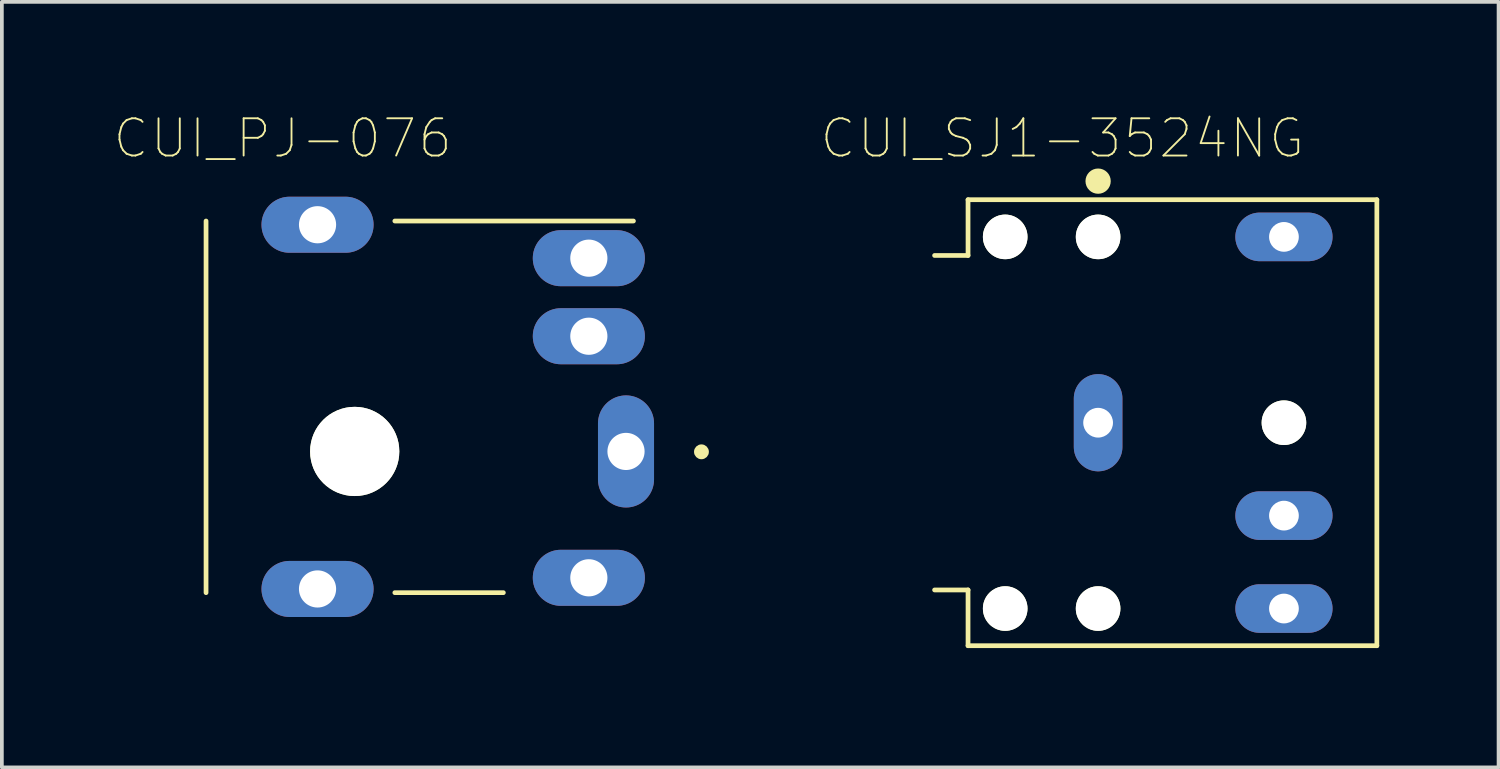
<source format=kicad_pcb>
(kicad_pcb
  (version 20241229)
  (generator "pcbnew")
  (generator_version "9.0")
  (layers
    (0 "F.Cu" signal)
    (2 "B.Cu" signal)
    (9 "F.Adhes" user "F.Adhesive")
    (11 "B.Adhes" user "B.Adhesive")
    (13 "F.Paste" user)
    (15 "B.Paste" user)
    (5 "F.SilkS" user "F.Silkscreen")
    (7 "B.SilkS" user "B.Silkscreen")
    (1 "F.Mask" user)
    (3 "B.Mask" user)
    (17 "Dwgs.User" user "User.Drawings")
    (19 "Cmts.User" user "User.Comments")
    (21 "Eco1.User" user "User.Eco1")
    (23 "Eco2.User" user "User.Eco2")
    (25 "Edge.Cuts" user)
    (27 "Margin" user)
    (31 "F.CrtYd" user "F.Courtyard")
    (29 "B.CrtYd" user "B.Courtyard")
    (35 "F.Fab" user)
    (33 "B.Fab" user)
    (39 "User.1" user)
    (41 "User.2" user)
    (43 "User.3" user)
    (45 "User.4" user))
  (footprint "CUI_SJ1-3524NG"
    (layer "F.Cu")
    (at 26.497 8.324)
    (property "Reference" "CUI_SJ1-3524NG" (at -0.962 -7.65 0) (layer "F.SilkS") (effects (font (size 1.002 1.002) (thickness 0.05))))
    (attr through_hole)
    (fp_line (start -4.4 4.5) (end -3.5 4.5) (stroke (width 0.127) (type solid)) (layer "F.SilkS"))
    (fp_line (start -3.5 -6) (end -3.5 -4.5) (stroke (width 0.127) (type solid)) (layer "F.SilkS"))
    (fp_line (start -3.5 -4.5) (end -4.4 -4.5) (stroke (width 0.127) (type solid)) (layer "F.SilkS"))
    (fp_line (start -3.5 4.5) (end -3.5 6) (stroke (width 0.127) (type solid)) (layer "F.SilkS"))
    (fp_line (start 7.5 -6) (end -3.5 -6) (stroke (width 0.127) (type solid)) (layer "F.SilkS"))
    (fp_line (start 7.5 -6) (end 7.5 6) (stroke (width 0.127) (type solid)) (layer "F.SilkS"))
    (fp_line (start 7.5 6) (end -3.5 6) (stroke (width 0.127) (type solid)) (layer "F.SilkS"))
    (fp_circle (center 0 -6.5) (end 0.17 -6.5) (stroke (width 0.34) (type solid)) (fill no) (layer "F.SilkS"))
    (fp_line (start -4.75 -6.25) (end 7.75 -6.25) (stroke (width 0.05) (type solid)) (layer "Eco1.User"))
    (fp_line (start -4.75 6.25) (end -4.75 -6.25) (stroke (width 0.05) (type solid)) (layer "Eco1.User"))
    (fp_line (start 7.75 -6.25) (end 7.75 6.25) (stroke (width 0.05) (type solid)) (layer "Eco1.User"))
    (fp_line (start 7.75 6.25) (end -4.75 6.25) (stroke (width 0.05) (type solid)) (layer "Eco1.User"))
    (fp_line (start -4.5 -4.5) (end -4.5 -2) (stroke (width 0.127) (type solid)) (layer "Eco2.User"))
    (fp_line (start -4.5 -2) (end -3.3 -2) (stroke (width 0.127) (type solid)) (layer "Eco2.User"))
    (fp_line (start -4.5 2) (end -4.5 4.5) (stroke (width 0.127) (type solid)) (layer "Eco2.User"))
    (fp_line (start -4.5 4.5) (end -3.5 4.5) (stroke (width 0.127) (type solid)) (layer "Eco2.User"))
    (fp_line (start -3.5 -6) (end -3.5 -4.5) (stroke (width 0.127) (type solid)) (layer "Eco2.User"))
    (fp_line (start -3.5 -4.5) (end -4.5 -4.5) (stroke (width 0.127) (type solid)) (layer "Eco2.User"))
    (fp_line (start -3.5 4.5) (end -3.5 6) (stroke (width 0.127) (type solid)) (layer "Eco2.User"))
    (fp_line (start -3.3 -2) (end -3.3 2) (stroke (width 0.127) (type solid)) (layer "Eco2.User"))
    (fp_line (start -3.3 2) (end -4.5 2) (stroke (width 0.127) (type solid)) (layer "Eco2.User"))
    (fp_line (start 7.5 -6) (end -3.5 -6) (stroke (width 0.127) (type solid)) (layer "Eco2.User"))
    (fp_line (start 7.5 -6) (end 7.5 6) (stroke (width 0.127) (type solid)) (layer "Eco2.User"))
    (fp_line (start 7.5 6) (end -3.5 6) (stroke (width 0.127) (type solid)) (layer "Eco2.User"))
    (pad "" np_thru_hole circle (at -2.5 -5) (size 1.2 1.2) (drill 1.2) (layers "*.Cu" "*.Mask" "F.SilkS"))
    (pad "" np_thru_hole circle (at -2.5 5) (size 1.2 1.2) (drill 1.2) (layers "*.Cu" "*.Mask" "F.SilkS"))
    (pad "" np_thru_hole circle (at 0 -5) (size 1.2 1.2) (drill 1.2) (layers "*.Cu" "*.Mask" "F.SilkS"))
    (pad "" np_thru_hole circle (at 0 5) (size 1.2 1.2) (drill 1.2) (layers "*.Cu" "*.Mask" "F.SilkS"))
    (pad "" np_thru_hole circle (at 5 0) (size 1.2 1.2) (drill 1.2) (layers "*.Cu" "*.Mask" "F.SilkS"))
    (pad "1" thru_hole oval (at 0 0 90) (size 2.616 1.308) (drill 0.8) (layers "*.Cu" "*.Mask"))
    (pad "2" thru_hole oval (at 5 5 180) (size 2.616 1.308) (drill 0.8) (layers "*.Cu" "*.Mask"))
    (pad "3" thru_hole oval (at 5 -5 180) (size 2.616 1.308) (drill 0.8) (layers "*.Cu" "*.Mask"))
    (pad "4" thru_hole oval (at 5 2.5 180) (size 2.616 1.308) (drill 0.8) (layers "*.Cu" "*.Mask")))
  (footprint "CUI_PJ-076"
    (layer "F.Cu")
    (at 8.244 7.897)
    (property "Reference" "CUI_PJ-076" (at -3.689 -7.223 0) (layer "F.SilkS") (effects (font (size 1.002 1.002) (thickness 0.05))))
    (attr through_hole)
    (fp_line (start -5.75 -5) (end -5.75 5) (stroke (width 0.127) (type solid)) (layer "F.SilkS"))
    (fp_line (start -0.67 5) (end 2.25 5) (stroke (width 0.127) (type solid)) (layer "F.SilkS"))
    (fp_line (start 5.75 -5) (end -0.67 -5) (stroke (width 0.127) (type solid)) (layer "F.SilkS"))
    (fp_circle (center 7.58 1.21) (end 7.68 1.21) (stroke (width 0.2) (type solid)) (fill no) (layer "F.SilkS"))
    (fp_line (start -6 -5.15) (end -6 5.25) (stroke (width 0.05) (type solid)) (layer "Eco1.User"))
    (fp_line (start -6 5.25) (end -4.61 5.25) (stroke (width 0.05) (type solid)) (layer "Eco1.User"))
    (fp_line (start -4.61 -5.9) (end -4.61 -5.15) (stroke (width 0.05) (type solid)) (layer "Eco1.User"))
    (fp_line (start -4.61 -5.15) (end -6 -5.15) (stroke (width 0.05) (type solid)) (layer "Eco1.User"))
    (fp_line (start -4.61 5.25) (end -4.61 5.9) (stroke (width 0.05) (type solid)) (layer "Eco1.User"))
    (fp_line (start -4.61 5.9) (end -0.8 5.9) (stroke (width 0.05) (type solid)) (layer "Eco1.User"))
    (fp_line (start -0.8 -5.9) (end -4.61 -5.9) (stroke (width 0.05) (type solid)) (layer "Eco1.User"))
    (fp_line (start -0.8 -5.15) (end -0.8 -5.9) (stroke (width 0.05) (type solid)) (layer "Eco1.User"))
    (fp_line (start -0.8 5.25) (end 3.01 5.25) (stroke (width 0.05) (type solid)) (layer "Eco1.User"))
    (fp_line (start -0.8 5.9) (end -0.8 5.25) (stroke (width 0.05) (type solid)) (layer "Eco1.User"))
    (fp_line (start 3.01 5.25) (end 3.01 5.7) (stroke (width 0.05) (type solid)) (layer "Eco1.User"))
    (fp_line (start 3.01 5.7) (end 6.65 5.7) (stroke (width 0.05) (type solid)) (layer "Eco1.User"))
    (fp_line (start 6.65 -5.15) (end -0.8 -5.15) (stroke (width 0.05) (type solid)) (layer "Eco1.User"))
    (fp_line (start 6.65 5.7) (end 6.65 -5.15) (stroke (width 0.05) (type solid)) (layer "Eco1.User"))
    (fp_line (start -5.75 -5) (end -5.75 5) (stroke (width 0.127) (type solid)) (layer "Eco2.User"))
    (fp_line (start -5.75 5) (end 5.75 5) (stroke (width 0.127) (type solid)) (layer "Eco2.User"))
    (fp_line (start 5.75 -5) (end -5.75 -5) (stroke (width 0.127) (type solid)) (layer "Eco2.User"))
    (fp_line (start 5.75 5) (end 5.75 -5) (stroke (width 0.127) (type solid)) (layer "Eco2.User"))
    (pad "" np_thru_hole circle (at -1.75 1.2) (size 2.4 2.4) (drill 2.4) (layers "*.Cu" "*.Mask" "F.SilkS"))
    (pad "1" thru_hole oval (at 5.55 1.2 270) (size 3.016 1.508) (drill 1) (layers "*.Cu" "*.Mask"))
    (pad "2" thru_hole oval (at 4.55 -4 180) (size 3.016 1.508) (drill 1) (layers "*.Cu" "*.Mask"))
    (pad "3" thru_hole oval (at 4.55 -1.9 180) (size 3.016 1.508) (drill 1) (layers "*.Cu" "*.Mask"))
    (pad "4" thru_hole oval (at 4.55 4.6 180) (size 3.016 1.508) (drill 1) (layers "*.Cu" "*.Mask"))
    (pad "5" thru_hole oval (at -2.75 -4.9 180) (size 3.016 1.508) (drill 1) (layers "*.Cu" "*.Mask"))
    (pad "6" thru_hole oval (at -2.75 4.9 180) (size 3.016 1.508) (drill 1) (layers "*.Cu" "*.Mask")))
  (gr_rect
    (start -3 -3)
    (end 37.272 17.599)
    (stroke (width 0.1) (type default))
    (fill no)
    (layer "Edge.Cuts")))
</source>
